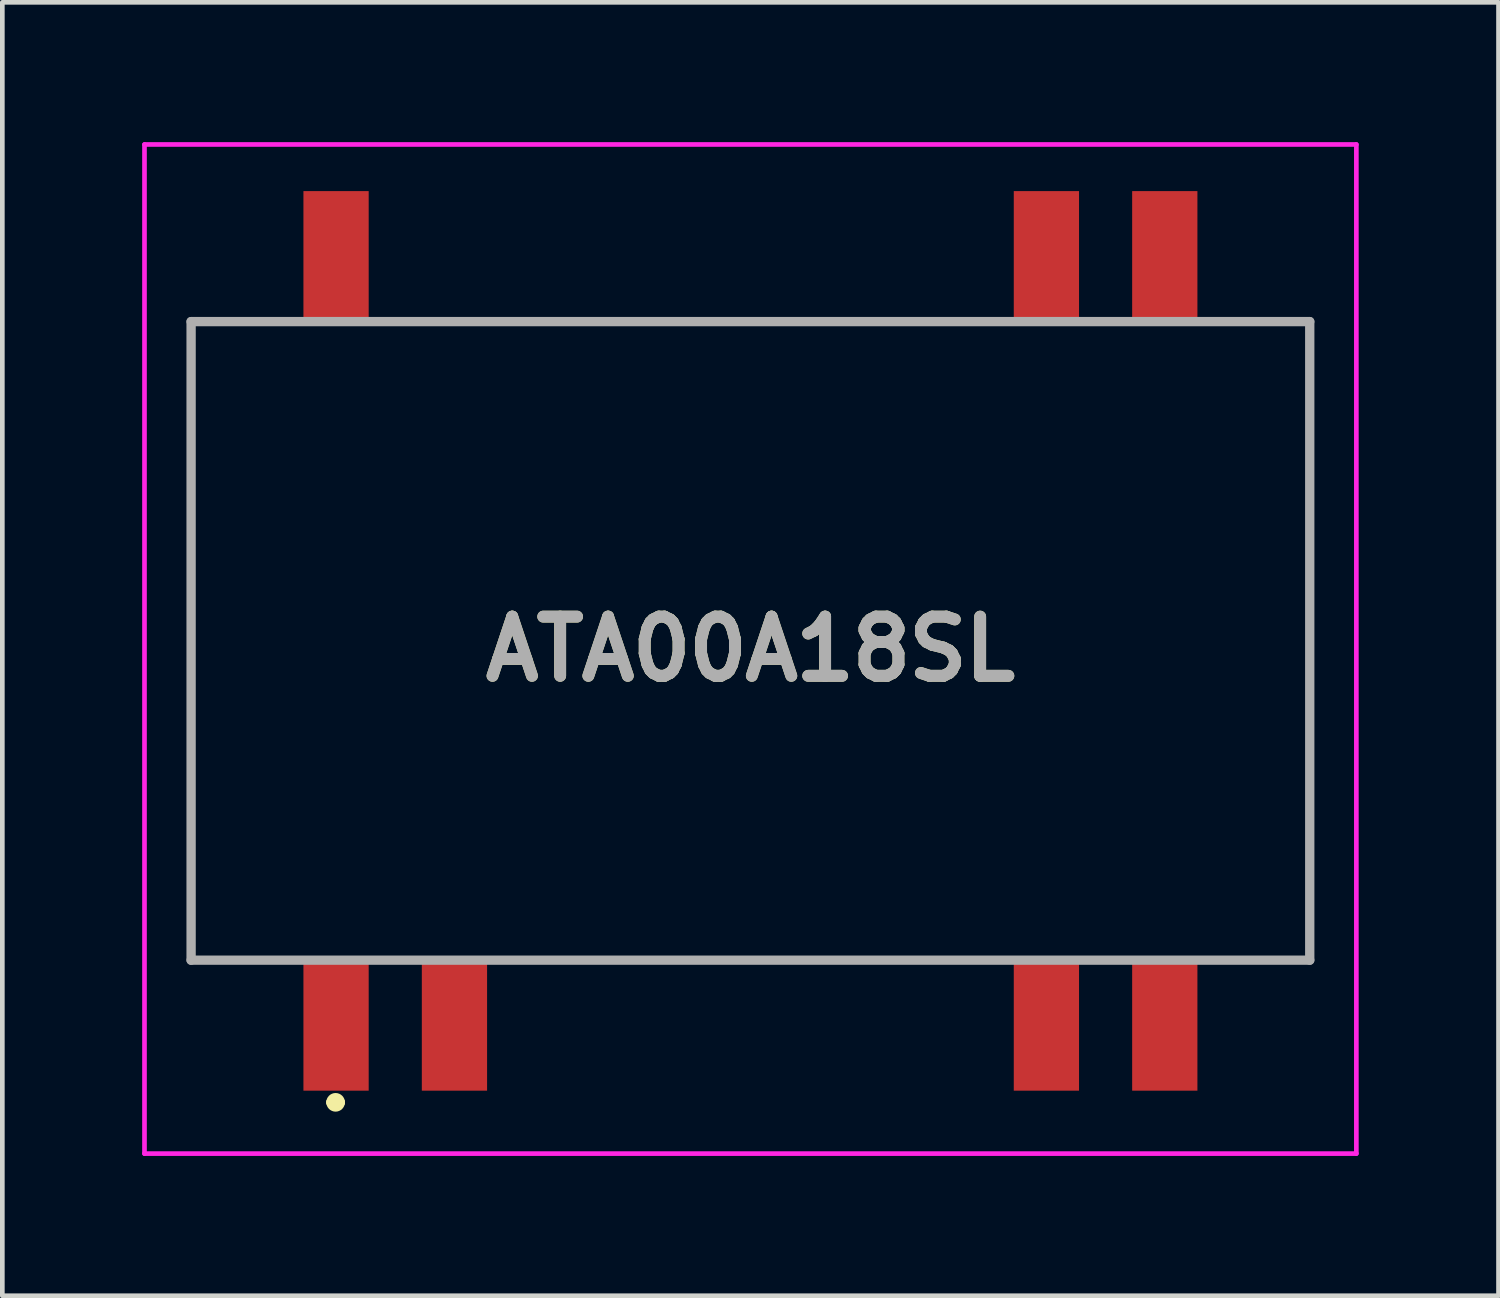
<source format=kicad_pcb>
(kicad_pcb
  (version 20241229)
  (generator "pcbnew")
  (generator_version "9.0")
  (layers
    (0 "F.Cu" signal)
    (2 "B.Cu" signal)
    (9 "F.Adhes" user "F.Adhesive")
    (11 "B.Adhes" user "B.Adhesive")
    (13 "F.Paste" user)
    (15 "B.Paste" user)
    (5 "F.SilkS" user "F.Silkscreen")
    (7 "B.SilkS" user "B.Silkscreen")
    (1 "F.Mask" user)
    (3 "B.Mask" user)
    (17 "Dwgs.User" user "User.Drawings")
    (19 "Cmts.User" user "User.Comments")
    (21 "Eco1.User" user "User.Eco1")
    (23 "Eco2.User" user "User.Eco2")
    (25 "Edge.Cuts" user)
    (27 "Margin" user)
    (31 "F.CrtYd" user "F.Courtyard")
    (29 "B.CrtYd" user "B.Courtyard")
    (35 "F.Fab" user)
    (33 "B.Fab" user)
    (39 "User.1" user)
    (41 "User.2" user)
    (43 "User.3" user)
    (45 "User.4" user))
  (footprint "ATA00A18SL"
    (layer "F.Cu")
    (at 13.05 10.7)
    (property "Reference" "ATA00A18SL" (at 0 0.175 0) (layer "F.SilkS") (effects (font (size 1.27 1.27) (thickness 0.254))))
    (attr smd)
    (fp_line (start -12 -6.85) (end -12 6.85) (stroke (width 0.1) (type solid)) (layer "F.SilkS"))
    (fp_line (start -12 6.85) (end -10 6.85) (stroke (width 0.1) (type solid)) (layer "F.SilkS"))
    (fp_line (start -10 -6.85) (end -12 -6.85) (stroke (width 0.1) (type solid)) (layer "F.SilkS"))
    (fp_line (start -9 9.9) (end -9 9.9) (stroke (width 0.2) (type solid)) (layer "F.SilkS"))
    (fp_line (start -8.8 9.9) (end -8.8 9.9) (stroke (width 0.2) (type solid)) (layer "F.SilkS"))
    (fp_line (start -7.55 -6.85) (end 5 -6.85) (stroke (width 0.1) (type solid)) (layer "F.SilkS"))
    (fp_line (start -5 6.85) (end 5 6.85) (stroke (width 0.1) (type solid)) (layer "F.SilkS"))
    (fp_line (start 10 -6.85) (end 12 -6.85) (stroke (width 0.1) (type solid)) (layer "F.SilkS"))
    (fp_line (start 12 -6.85) (end 12 6.85) (stroke (width 0.1) (type solid)) (layer "F.SilkS"))
    (fp_line (start 12 6.85) (end 10 6.85) (stroke (width 0.1) (type solid)) (layer "F.SilkS"))
    (fp_arc (start -9 9.9) (mid -8.9 9.8) (end -8.8 9.9) (stroke (width 0.2) (type solid)) (layer "F.SilkS"))
    (fp_arc (start -8.8 9.9) (mid -8.9 10) (end -9 9.9) (stroke (width 0.2) (type solid)) (layer "F.SilkS"))
    (fp_line (start -13 -10.65) (end 13 -10.65) (stroke (width 0.1) (type solid)) (layer "F.CrtYd"))
    (fp_line (start -13 11) (end -13 -10.65) (stroke (width 0.1) (type solid)) (layer "F.CrtYd"))
    (fp_line (start 13 -10.65) (end 13 11) (stroke (width 0.1) (type solid)) (layer "F.CrtYd"))
    (fp_line (start 13 11) (end -13 11) (stroke (width 0.1) (type solid)) (layer "F.CrtYd"))
    (fp_line (start -12 -6.85) (end 12 -6.85) (stroke (width 0.2) (type solid)) (layer "F.Fab"))
    (fp_line (start -12 6.85) (end -12 -6.85) (stroke (width 0.2) (type solid)) (layer "F.Fab"))
    (fp_line (start 12 -6.85) (end 12 6.85) (stroke (width 0.2) (type solid)) (layer "F.Fab"))
    (fp_line (start 12 6.85) (end -12 6.85) (stroke (width 0.2) (type solid)) (layer "F.Fab"))
    (fp_text user "${REFERENCE}" (at 0 0.175 0) (layer "F.Fab") (effects (font (size 1.27 1.27) (thickness 0.254))))
    (pad "1" smd rect (at -8.89 8.25) (size 1.4 2.8) (layers "F.Cu" "F.Mask" "F.Paste"))
    (pad "2" smd rect (at -6.35 8.25) (size 1.4 2.8) (layers "F.Cu" "F.Mask" "F.Paste"))
    (pad "7" smd rect (at 6.35 8.25) (size 1.4 2.8) (layers "F.Cu" "F.Mask" "F.Paste"))
    (pad "8" smd rect (at 8.89 8.25) (size 1.4 2.8) (layers "F.Cu" "F.Mask" "F.Paste"))
    (pad "9" smd rect (at 8.89 -8.25) (size 1.4 2.8) (layers "F.Cu" "F.Mask" "F.Paste"))
    (pad "10" smd rect (at 6.35 -8.25) (size 1.4 2.8) (layers "F.Cu" "F.Mask" "F.Paste"))
    (pad "16" smd rect (at -8.89 -8.25) (size 1.4 2.8) (layers "F.Cu" "F.Mask" "F.Paste")))
  (gr_rect
    (start -3 -3)
    (end 29.1 24.75)
    (stroke (width 0.1) (type default))
    (fill no)
    (layer "Edge.Cuts")))
</source>
